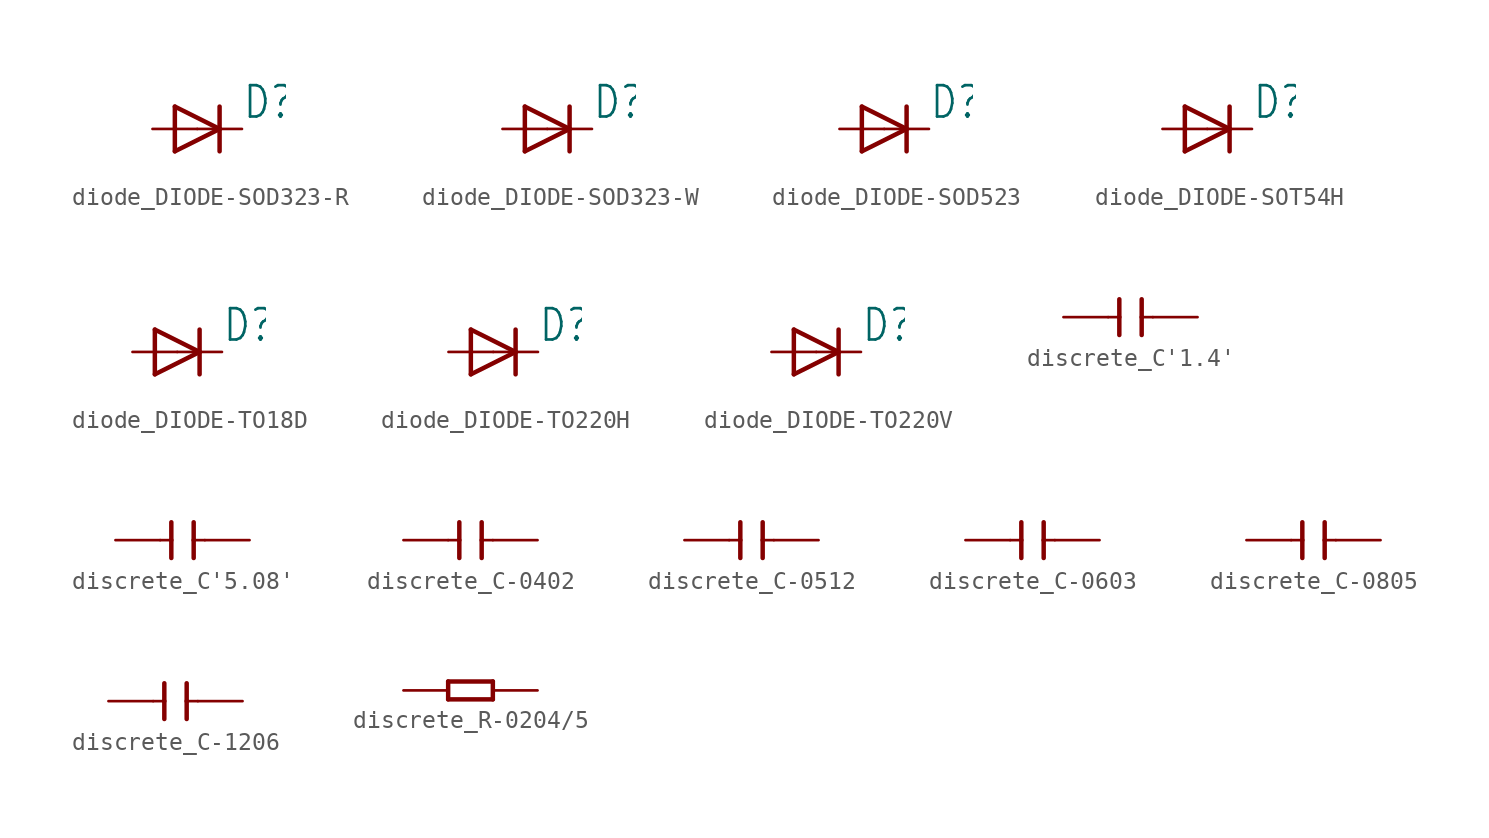
<source format=kicad_sym>
(kicad_symbol_lib
  (version 20231120)
  (generator "kicad_symbol_editor")
  (generator_version "8.0")
  (symbol "diode_DIODE-SOD323-R"
    (property "Reference" "D"
      (at 2.54 0.483 0)
      (effects (font (size 1.778 1.511)) (justify left bottom)))
    (property "Value" ""
      (at 2.54 -2.311 0)
      (effects (font (size 1.778 1.511)) (justify left bottom)))
    (property "ki_locked" ""
      (at 0 0 0)
      (effects (font (size 1.27 1.27))))
    (symbol "diode_DIODE-SOD323-R_1_0"
      (polyline (pts (xy -1.27 -1.27) (xy 1.27 0)) (stroke (width 0.254) (type solid)) (fill (type none)))
      (polyline (pts (xy -1.27 1.27) (xy -1.27 -1.27)) (stroke (width 0.254) (type solid)) (fill (type none)))
      (polyline (pts (xy 1.27 0) (xy -1.27 1.27)) (stroke (width 0.254) (type solid)) (fill (type none)))
      (polyline (pts (xy 1.27 0) (xy 1.27 -1.27)) (stroke (width 0.254) (type solid)) (fill (type none)))
      (polyline (pts (xy 1.27 1.27) (xy 1.27 0)) (stroke (width 0.254) (type solid)) (fill (type none)))
      (pin passive line (at -2.54 0 0) (length 2.54) (name "A" (effects (font (size 0 0)))) (number "A" (effects (font (size 0 0)))))
      (pin passive line (at 2.54 0 180) (length 2.54) (name "C" (effects (font (size 0 0)))) (number "C" (effects (font (size 0 0)))))))
  (symbol "diode_DIODE-SOD323-W"
    (property "Reference" "D"
      (at 2.54 0.483 0)
      (effects (font (size 1.778 1.511)) (justify left bottom)))
    (property "Value" ""
      (at 2.54 -2.311 0)
      (effects (font (size 1.778 1.511)) (justify left bottom)))
    (property "ki_locked" ""
      (at 0 0 0)
      (effects (font (size 1.27 1.27))))
    (symbol "diode_DIODE-SOD323-W_1_0"
      (polyline (pts (xy -1.27 -1.27) (xy 1.27 0)) (stroke (width 0.254) (type solid)) (fill (type none)))
      (polyline (pts (xy -1.27 1.27) (xy -1.27 -1.27)) (stroke (width 0.254) (type solid)) (fill (type none)))
      (polyline (pts (xy 1.27 0) (xy -1.27 1.27)) (stroke (width 0.254) (type solid)) (fill (type none)))
      (polyline (pts (xy 1.27 0) (xy 1.27 -1.27)) (stroke (width 0.254) (type solid)) (fill (type none)))
      (polyline (pts (xy 1.27 1.27) (xy 1.27 0)) (stroke (width 0.254) (type solid)) (fill (type none)))
      (pin passive line (at -2.54 0 0) (length 2.54) (name "A" (effects (font (size 0 0)))) (number "A" (effects (font (size 0 0)))))
      (pin passive line (at 2.54 0 180) (length 2.54) (name "C" (effects (font (size 0 0)))) (number "C" (effects (font (size 0 0)))))))
  (symbol "diode_DIODE-SOD523"
    (property "Reference" "D"
      (at 2.54 0.483 0)
      (effects (font (size 1.778 1.511)) (justify left bottom)))
    (property "Value" ""
      (at 2.54 -2.311 0)
      (effects (font (size 1.778 1.511)) (justify left bottom)))
    (property "ki_locked" ""
      (at 0 0 0)
      (effects (font (size 1.27 1.27))))
    (symbol "diode_DIODE-SOD523_1_0"
      (polyline (pts (xy -1.27 -1.27) (xy 1.27 0)) (stroke (width 0.254) (type solid)) (fill (type none)))
      (polyline (pts (xy -1.27 1.27) (xy -1.27 -1.27)) (stroke (width 0.254) (type solid)) (fill (type none)))
      (polyline (pts (xy 1.27 0) (xy -1.27 1.27)) (stroke (width 0.254) (type solid)) (fill (type none)))
      (polyline (pts (xy 1.27 0) (xy 1.27 -1.27)) (stroke (width 0.254) (type solid)) (fill (type none)))
      (polyline (pts (xy 1.27 1.27) (xy 1.27 0)) (stroke (width 0.254) (type solid)) (fill (type none)))
      (pin passive line (at -2.54 0 0) (length 2.54) (name "A" (effects (font (size 0 0)))) (number "A" (effects (font (size 0 0)))))
      (pin passive line (at 2.54 0 180) (length 2.54) (name "C" (effects (font (size 0 0)))) (number "C" (effects (font (size 0 0)))))))
  (symbol "diode_DIODE-SOT54H"
    (property "Reference" "D"
      (at 2.54 0.483 0)
      (effects (font (size 1.778 1.511)) (justify left bottom)))
    (property "Value" ""
      (at 2.54 -2.311 0)
      (effects (font (size 1.778 1.511)) (justify left bottom)))
    (property "ki_locked" ""
      (at 0 0 0)
      (effects (font (size 1.27 1.27))))
    (symbol "diode_DIODE-SOT54H_1_0"
      (polyline (pts (xy -1.27 -1.27) (xy 1.27 0)) (stroke (width 0.254) (type solid)) (fill (type none)))
      (polyline (pts (xy -1.27 1.27) (xy -1.27 -1.27)) (stroke (width 0.254) (type solid)) (fill (type none)))
      (polyline (pts (xy 1.27 0) (xy -1.27 1.27)) (stroke (width 0.254) (type solid)) (fill (type none)))
      (polyline (pts (xy 1.27 0) (xy 1.27 -1.27)) (stroke (width 0.254) (type solid)) (fill (type none)))
      (polyline (pts (xy 1.27 1.27) (xy 1.27 0)) (stroke (width 0.254) (type solid)) (fill (type none)))
      (pin passive line (at -2.54 0 0) (length 2.54) (name "A" (effects (font (size 0 0)))) (number "A" (effects (font (size 0 0)))))
      (pin passive line (at 2.54 0 180) (length 2.54) (name "C" (effects (font (size 0 0)))) (number "C" (effects (font (size 0 0)))))))
  (symbol "diode_DIODE-TO18D"
    (property "Reference" "D"
      (at 2.54 0.483 0)
      (effects (font (size 1.778 1.511)) (justify left bottom)))
    (property "Value" ""
      (at 2.54 -2.311 0)
      (effects (font (size 1.778 1.511)) (justify left bottom)))
    (property "ki_locked" ""
      (at 0 0 0)
      (effects (font (size 1.27 1.27))))
    (symbol "diode_DIODE-TO18D_1_0"
      (polyline (pts (xy -1.27 -1.27) (xy 1.27 0)) (stroke (width 0.254) (type solid)) (fill (type none)))
      (polyline (pts (xy -1.27 1.27) (xy -1.27 -1.27)) (stroke (width 0.254) (type solid)) (fill (type none)))
      (polyline (pts (xy 1.27 0) (xy -1.27 1.27)) (stroke (width 0.254) (type solid)) (fill (type none)))
      (polyline (pts (xy 1.27 0) (xy 1.27 -1.27)) (stroke (width 0.254) (type solid)) (fill (type none)))
      (polyline (pts (xy 1.27 1.27) (xy 1.27 0)) (stroke (width 0.254) (type solid)) (fill (type none)))
      (pin passive line (at -2.54 0 0) (length 2.54) (name "A" (effects (font (size 0 0)))) (number "A" (effects (font (size 0 0)))))
      (pin passive line (at 2.54 0 180) (length 2.54) (name "C" (effects (font (size 0 0)))) (number "C" (effects (font (size 0 0)))))))
  (symbol "diode_DIODE-TO220H"
    (property "Reference" "D"
      (at 2.54 0.483 0)
      (effects (font (size 1.778 1.511)) (justify left bottom)))
    (property "Value" ""
      (at 2.54 -2.311 0)
      (effects (font (size 1.778 1.511)) (justify left bottom)))
    (property "ki_locked" ""
      (at 0 0 0)
      (effects (font (size 1.27 1.27))))
    (symbol "diode_DIODE-TO220H_1_0"
      (polyline (pts (xy -1.27 -1.27) (xy 1.27 0)) (stroke (width 0.254) (type solid)) (fill (type none)))
      (polyline (pts (xy -1.27 1.27) (xy -1.27 -1.27)) (stroke (width 0.254) (type solid)) (fill (type none)))
      (polyline (pts (xy 1.27 0) (xy -1.27 1.27)) (stroke (width 0.254) (type solid)) (fill (type none)))
      (polyline (pts (xy 1.27 0) (xy 1.27 -1.27)) (stroke (width 0.254) (type solid)) (fill (type none)))
      (polyline (pts (xy 1.27 1.27) (xy 1.27 0)) (stroke (width 0.254) (type solid)) (fill (type none)))
      (pin passive line (at -2.54 0 0) (length 2.54) (name "A" (effects (font (size 0 0)))) (number "A" (effects (font (size 0 0)))))
      (pin passive line (at 2.54 0 180) (length 2.54) (name "C" (effects (font (size 0 0)))) (number "C" (effects (font (size 0 0)))))))
  (symbol "diode_DIODE-TO220V"
    (property "Reference" "D"
      (at 2.54 0.483 0)
      (effects (font (size 1.778 1.511)) (justify left bottom)))
    (property "Value" ""
      (at 2.54 -2.311 0)
      (effects (font (size 1.778 1.511)) (justify left bottom)))
    (property "ki_locked" ""
      (at 0 0 0)
      (effects (font (size 1.27 1.27))))
    (symbol "diode_DIODE-TO220V_1_0"
      (polyline (pts (xy -1.27 -1.27) (xy 1.27 0)) (stroke (width 0.254) (type solid)) (fill (type none)))
      (polyline (pts (xy -1.27 1.27) (xy -1.27 -1.27)) (stroke (width 0.254) (type solid)) (fill (type none)))
      (polyline (pts (xy 1.27 0) (xy -1.27 1.27)) (stroke (width 0.254) (type solid)) (fill (type none)))
      (polyline (pts (xy 1.27 0) (xy 1.27 -1.27)) (stroke (width 0.254) (type solid)) (fill (type none)))
      (polyline (pts (xy 1.27 1.27) (xy 1.27 0)) (stroke (width 0.254) (type solid)) (fill (type none)))
      (pin passive line (at -2.54 0 0) (length 2.54) (name "A" (effects (font (size 0 0)))) (number "A" (effects (font (size 0 0)))))
      (pin passive line (at 2.54 0 180) (length 2.54) (name "C" (effects (font (size 0 0)))) (number "C" (effects (font (size 0 0)))))))
  (symbol "discrete_C'1.4'"
    (property "Reference" "C"
      (at -3.81 0 0)
      (effects (font (size 1.27 1.079)) (justify left bottom) (hide yes)))
    (property "ki_locked" ""
      (at 0 0 0)
      (effects (font (size 1.27 1.27))))
    (symbol "discrete_C'1.4'_1_0"
      (polyline (pts (xy -1.27 0) (xy -0.635 0)) (stroke (width 0.152) (type solid)) (fill (type none)))
      (polyline (pts (xy -0.635 -1.016) (xy -0.635 0)) (stroke (width 0.254) (type solid)) (fill (type none)))
      (polyline (pts (xy -0.635 0) (xy -0.635 1.016)) (stroke (width 0.254) (type solid)) (fill (type none)))
      (polyline (pts (xy 0.635 0) (xy 0.635 -1.016)) (stroke (width 0.254) (type solid)) (fill (type none)))
      (polyline (pts (xy 0.635 0) (xy 1.27 0)) (stroke (width 0.152) (type solid)) (fill (type none)))
      (polyline (pts (xy 0.635 1.016) (xy 0.635 0)) (stroke (width 0.254) (type solid)) (fill (type none)))
      (pin passive line (at -3.81 0 0) (length 2.54) (name "1" (effects (font (size 0 0)))) (number "1" (effects (font (size 0 0)))))
      (pin passive line (at 3.81 0 180) (length 2.54) (name "2" (effects (font (size 0 0)))) (number "2" (effects (font (size 0 0)))))))
  (symbol "discrete_C'5.08'"
    (property "Reference" "C"
      (at -3.81 0 0)
      (effects (font (size 1.27 1.079)) (justify left bottom) (hide yes)))
    (property "ki_locked" ""
      (at 0 0 0)
      (effects (font (size 1.27 1.27))))
    (symbol "discrete_C'5.08'_1_0"
      (polyline (pts (xy -1.27 0) (xy -0.635 0)) (stroke (width 0.152) (type solid)) (fill (type none)))
      (polyline (pts (xy -0.635 -1.016) (xy -0.635 0)) (stroke (width 0.254) (type solid)) (fill (type none)))
      (polyline (pts (xy -0.635 0) (xy -0.635 1.016)) (stroke (width 0.254) (type solid)) (fill (type none)))
      (polyline (pts (xy 0.635 0) (xy 0.635 -1.016)) (stroke (width 0.254) (type solid)) (fill (type none)))
      (polyline (pts (xy 0.635 0) (xy 1.27 0)) (stroke (width 0.152) (type solid)) (fill (type none)))
      (polyline (pts (xy 0.635 1.016) (xy 0.635 0)) (stroke (width 0.254) (type solid)) (fill (type none)))
      (pin passive line (at -3.81 0 0) (length 2.54) (name "1" (effects (font (size 0 0)))) (number "1" (effects (font (size 0 0)))))
      (pin passive line (at 3.81 0 180) (length 2.54) (name "2" (effects (font (size 0 0)))) (number "2" (effects (font (size 0 0)))))))
  (symbol "discrete_C-0402"
    (property "Reference" "C"
      (at -3.81 0 0)
      (effects (font (size 1.27 1.079)) (justify left bottom) (hide yes)))
    (property "ki_locked" ""
      (at 0 0 0)
      (effects (font (size 1.27 1.27))))
    (symbol "discrete_C-0402_1_0"
      (polyline (pts (xy -1.27 0) (xy -0.635 0)) (stroke (width 0.152) (type solid)) (fill (type none)))
      (polyline (pts (xy -0.635 -1.016) (xy -0.635 0)) (stroke (width 0.254) (type solid)) (fill (type none)))
      (polyline (pts (xy -0.635 0) (xy -0.635 1.016)) (stroke (width 0.254) (type solid)) (fill (type none)))
      (polyline (pts (xy 0.635 0) (xy 0.635 -1.016)) (stroke (width 0.254) (type solid)) (fill (type none)))
      (polyline (pts (xy 0.635 0) (xy 1.27 0)) (stroke (width 0.152) (type solid)) (fill (type none)))
      (polyline (pts (xy 0.635 1.016) (xy 0.635 0)) (stroke (width 0.254) (type solid)) (fill (type none)))
      (pin passive line (at -3.81 0 0) (length 2.54) (name "1" (effects (font (size 0 0)))) (number "1" (effects (font (size 0 0)))))
      (pin passive line (at 3.81 0 180) (length 2.54) (name "2" (effects (font (size 0 0)))) (number "2" (effects (font (size 0 0)))))))
  (symbol "discrete_C-0512"
    (property "Reference" "C"
      (at -3.81 0 0)
      (effects (font (size 1.27 1.079)) (justify left bottom) (hide yes)))
    (property "ki_locked" ""
      (at 0 0 0)
      (effects (font (size 1.27 1.27))))
    (symbol "discrete_C-0512_1_0"
      (polyline (pts (xy -1.27 0) (xy -0.635 0)) (stroke (width 0.152) (type solid)) (fill (type none)))
      (polyline (pts (xy -0.635 -1.016) (xy -0.635 0)) (stroke (width 0.254) (type solid)) (fill (type none)))
      (polyline (pts (xy -0.635 0) (xy -0.635 1.016)) (stroke (width 0.254) (type solid)) (fill (type none)))
      (polyline (pts (xy 0.635 0) (xy 0.635 -1.016)) (stroke (width 0.254) (type solid)) (fill (type none)))
      (polyline (pts (xy 0.635 0) (xy 1.27 0)) (stroke (width 0.152) (type solid)) (fill (type none)))
      (polyline (pts (xy 0.635 1.016) (xy 0.635 0)) (stroke (width 0.254) (type solid)) (fill (type none)))
      (pin passive line (at -3.81 0 0) (length 2.54) (name "1" (effects (font (size 0 0)))) (number "P$1" (effects (font (size 0 0)))))
      (pin passive line (at 3.81 0 180) (length 2.54) (name "2" (effects (font (size 0 0)))) (number "P$2" (effects (font (size 0 0)))))))
  (symbol "discrete_C-0603"
    (property "Reference" "C"
      (at -3.81 0 0)
      (effects (font (size 1.27 1.079)) (justify left bottom) (hide yes)))
    (property "ki_locked" ""
      (at 0 0 0)
      (effects (font (size 1.27 1.27))))
    (symbol "discrete_C-0603_1_0"
      (polyline (pts (xy -1.27 0) (xy -0.635 0)) (stroke (width 0.152) (type solid)) (fill (type none)))
      (polyline (pts (xy -0.635 -1.016) (xy -0.635 0)) (stroke (width 0.254) (type solid)) (fill (type none)))
      (polyline (pts (xy -0.635 0) (xy -0.635 1.016)) (stroke (width 0.254) (type solid)) (fill (type none)))
      (polyline (pts (xy 0.635 0) (xy 0.635 -1.016)) (stroke (width 0.254) (type solid)) (fill (type none)))
      (polyline (pts (xy 0.635 0) (xy 1.27 0)) (stroke (width 0.152) (type solid)) (fill (type none)))
      (polyline (pts (xy 0.635 1.016) (xy 0.635 0)) (stroke (width 0.254) (type solid)) (fill (type none)))
      (pin passive line (at -3.81 0 0) (length 2.54) (name "1" (effects (font (size 0 0)))) (number "1" (effects (font (size 0 0)))))
      (pin passive line (at 3.81 0 180) (length 2.54) (name "2" (effects (font (size 0 0)))) (number "2" (effects (font (size 0 0)))))))
  (symbol "discrete_C-0805"
    (property "Reference" "C"
      (at -3.81 0 0)
      (effects (font (size 1.27 1.079)) (justify left bottom) (hide yes)))
    (property "ki_locked" ""
      (at 0 0 0)
      (effects (font (size 1.27 1.27))))
    (symbol "discrete_C-0805_1_0"
      (polyline (pts (xy -1.27 0) (xy -0.635 0)) (stroke (width 0.152) (type solid)) (fill (type none)))
      (polyline (pts (xy -0.635 -1.016) (xy -0.635 0)) (stroke (width 0.254) (type solid)) (fill (type none)))
      (polyline (pts (xy -0.635 0) (xy -0.635 1.016)) (stroke (width 0.254) (type solid)) (fill (type none)))
      (polyline (pts (xy 0.635 0) (xy 0.635 -1.016)) (stroke (width 0.254) (type solid)) (fill (type none)))
      (polyline (pts (xy 0.635 0) (xy 1.27 0)) (stroke (width 0.152) (type solid)) (fill (type none)))
      (polyline (pts (xy 0.635 1.016) (xy 0.635 0)) (stroke (width 0.254) (type solid)) (fill (type none)))
      (pin passive line (at -3.81 0 0) (length 2.54) (name "1" (effects (font (size 0 0)))) (number "1" (effects (font (size 0 0)))))
      (pin passive line (at 3.81 0 180) (length 2.54) (name "2" (effects (font (size 0 0)))) (number "2" (effects (font (size 0 0)))))))
  (symbol "discrete_C-1206"
    (property "Reference" "C"
      (at -3.81 0 0)
      (effects (font (size 1.27 1.079)) (justify left bottom) (hide yes)))
    (property "ki_locked" ""
      (at 0 0 0)
      (effects (font (size 1.27 1.27))))
    (symbol "discrete_C-1206_1_0"
      (polyline (pts (xy -1.27 0) (xy -0.635 0)) (stroke (width 0.152) (type solid)) (fill (type none)))
      (polyline (pts (xy -0.635 -1.016) (xy -0.635 0)) (stroke (width 0.254) (type solid)) (fill (type none)))
      (polyline (pts (xy -0.635 0) (xy -0.635 1.016)) (stroke (width 0.254) (type solid)) (fill (type none)))
      (polyline (pts (xy 0.635 0) (xy 0.635 -1.016)) (stroke (width 0.254) (type solid)) (fill (type none)))
      (polyline (pts (xy 0.635 0) (xy 1.27 0)) (stroke (width 0.152) (type solid)) (fill (type none)))
      (polyline (pts (xy 0.635 1.016) (xy 0.635 0)) (stroke (width 0.254) (type solid)) (fill (type none)))
      (pin passive line (at -3.81 0 0) (length 2.54) (name "1" (effects (font (size 0 0)))) (number "1" (effects (font (size 0 0)))))
      (pin passive line (at 3.81 0 180) (length 2.54) (name "2" (effects (font (size 0 0)))) (number "2" (effects (font (size 0 0)))))))
  (symbol "discrete_R-0204/5"
    (property "Reference" "R"
      (at -3.81 0 0)
      (effects (font (size 1.27 1.079)) (justify left bottom) (hide yes)))
    (property "ki_locked" ""
      (at 0 0 0)
      (effects (font (size 1.27 1.27))))
    (symbol "discrete_R-0204/5_1_0"
      (polyline (pts (xy -1.27 -0.508) (xy -1.27 0.508)) (stroke (width 0.254) (type solid)) (fill (type none)))
      (polyline (pts (xy -1.27 0.508) (xy 1.27 0.508)) (stroke (width 0.254) (type solid)) (fill (type none)))
      (polyline (pts (xy 1.27 -0.508) (xy -1.27 -0.508)) (stroke (width 0.254) (type solid)) (fill (type none)))
      (polyline (pts (xy 1.27 0.508) (xy 1.27 -0.508)) (stroke (width 0.254) (type solid)) (fill (type none)))
      (pin passive line (at -3.81 0 0) (length 2.54) (name "1" (effects (font (size 0 0)))) (number "1" (effects (font (size 0 0)))))
      (pin passive line (at 3.81 0 180) (length 2.54) (name "2" (effects (font (size 0 0)))) (number "2" (effects (font (size 0 0))))))))
</source>
